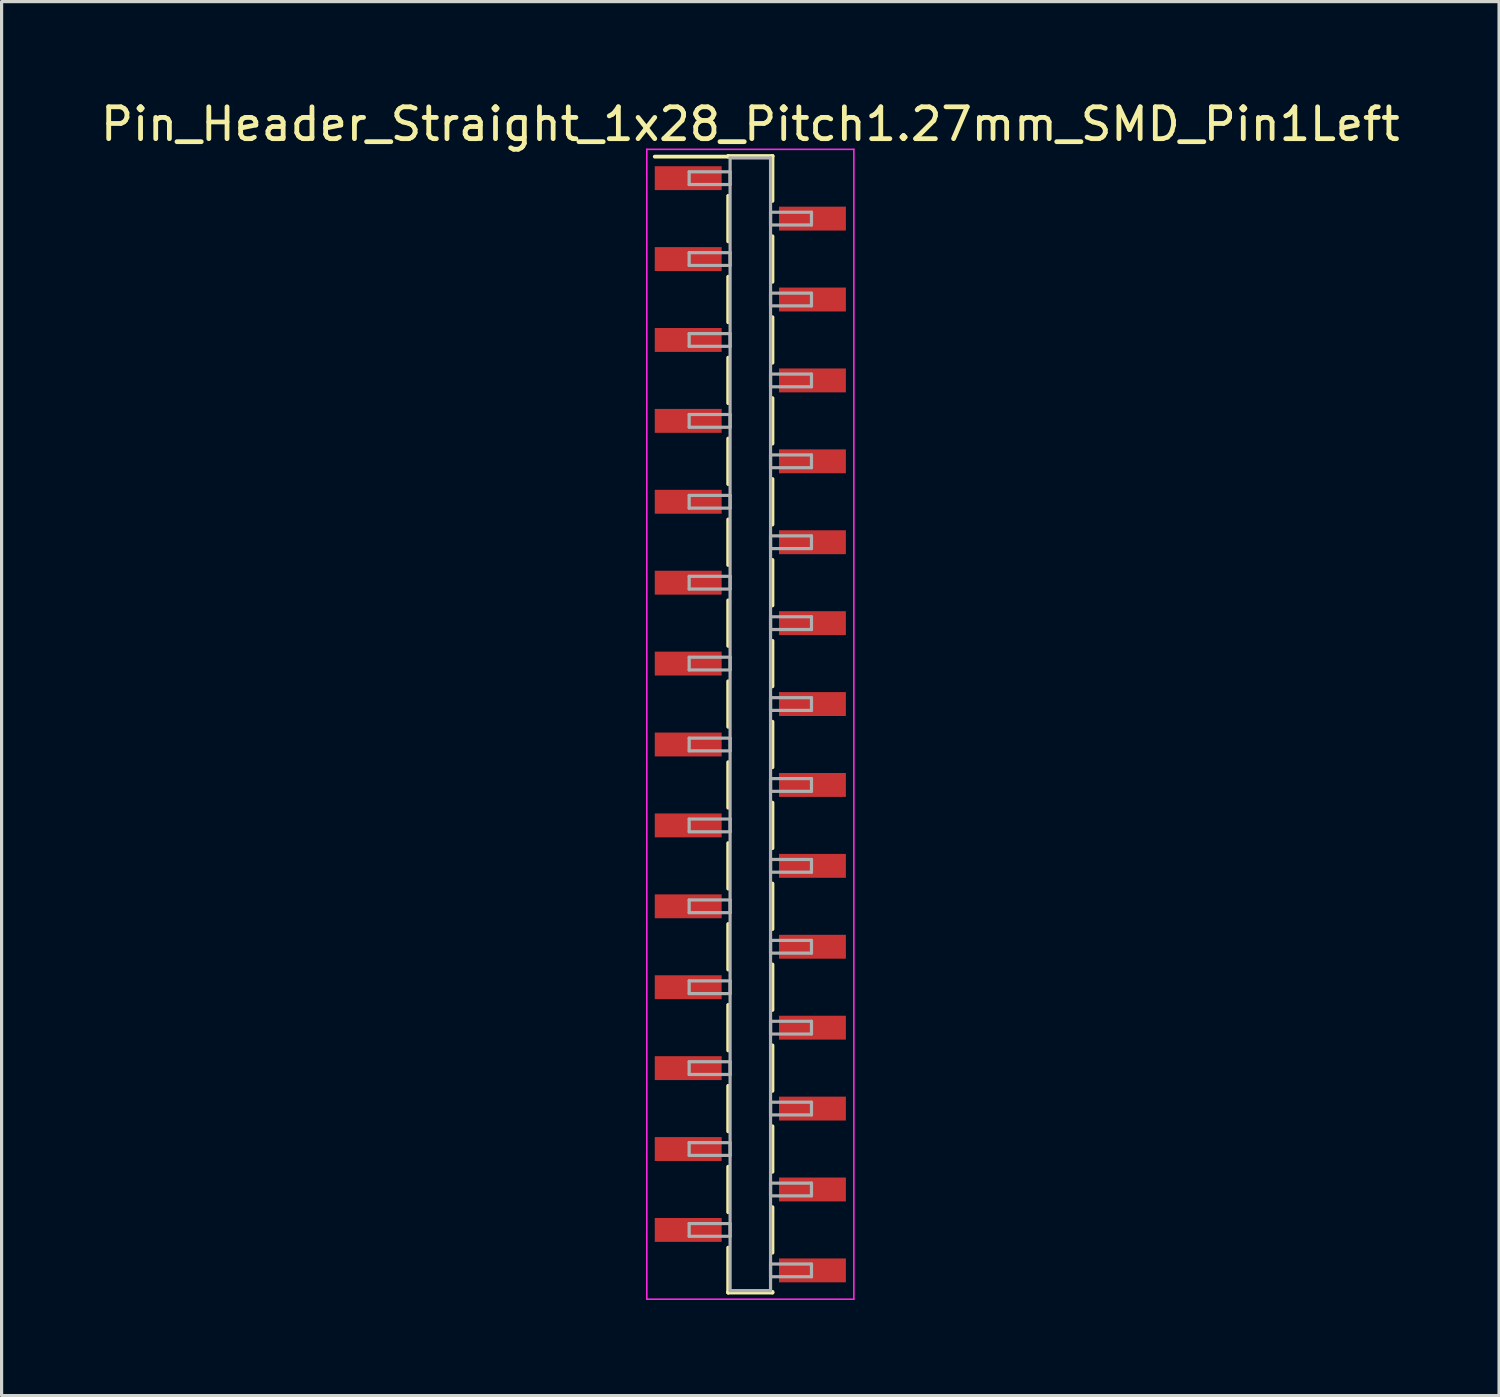
<source format=kicad_pcb>
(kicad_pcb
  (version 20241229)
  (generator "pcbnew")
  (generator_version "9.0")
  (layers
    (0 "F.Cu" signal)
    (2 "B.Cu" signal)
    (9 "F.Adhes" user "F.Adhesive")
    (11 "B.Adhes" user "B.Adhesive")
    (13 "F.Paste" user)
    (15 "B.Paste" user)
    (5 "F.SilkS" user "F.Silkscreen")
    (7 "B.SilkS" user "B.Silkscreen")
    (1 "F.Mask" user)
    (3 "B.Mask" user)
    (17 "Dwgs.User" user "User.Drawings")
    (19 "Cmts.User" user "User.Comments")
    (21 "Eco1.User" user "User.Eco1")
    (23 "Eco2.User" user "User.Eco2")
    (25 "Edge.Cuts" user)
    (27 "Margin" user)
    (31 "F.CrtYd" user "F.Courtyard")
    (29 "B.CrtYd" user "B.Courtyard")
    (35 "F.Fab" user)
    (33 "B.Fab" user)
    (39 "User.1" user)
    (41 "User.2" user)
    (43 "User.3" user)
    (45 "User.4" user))
  (footprint "Pin_Header_Straight_1x28_Pitch1.27mm_SMD_Pin1Left"
    (layer "F.Cu")
    (at 20.506 19.688)
    (property "Reference" "Pin_Header_Straight_1x28_Pitch1.27mm_SMD_Pin1Left" (at 0 -18.84 0) (layer "F.SilkS") (effects (font (size 1 1) (thickness 0.15))))
    (attr smd)
    (fp_line (start -0.695 -17.84) (end 0.695 -17.84) (stroke (width 0.12) (type solid)) (layer "F.SilkS"))
    (fp_line (start -0.695 -17.82) (end -3 -17.82) (stroke (width 0.12) (type solid)) (layer "F.SilkS"))
    (fp_line (start -0.695 -17.82) (end -0.695 -17.84) (stroke (width 0.12) (type solid)) (layer "F.SilkS"))
    (fp_line (start -0.695 -16.59) (end -0.695 -15.16) (stroke (width 0.12) (type solid)) (layer "F.SilkS"))
    (fp_line (start -0.695 -14.05) (end -0.695 -12.62) (stroke (width 0.12) (type solid)) (layer "F.SilkS"))
    (fp_line (start -0.695 -11.51) (end -0.695 -10.08) (stroke (width 0.12) (type solid)) (layer "F.SilkS"))
    (fp_line (start -0.695 -8.97) (end -0.695 -7.54) (stroke (width 0.12) (type solid)) (layer "F.SilkS"))
    (fp_line (start -0.695 -6.43) (end -0.695 -5) (stroke (width 0.12) (type solid)) (layer "F.SilkS"))
    (fp_line (start -0.695 -3.89) (end -0.695 -2.46) (stroke (width 0.12) (type solid)) (layer "F.SilkS"))
    (fp_line (start -0.695 -1.35) (end -0.695 0.08) (stroke (width 0.12) (type solid)) (layer "F.SilkS"))
    (fp_line (start -0.695 1.19) (end -0.695 2.62) (stroke (width 0.12) (type solid)) (layer "F.SilkS"))
    (fp_line (start -0.695 3.73) (end -0.695 5.16) (stroke (width 0.12) (type solid)) (layer "F.SilkS"))
    (fp_line (start -0.695 6.27) (end -0.695 7.7) (stroke (width 0.12) (type solid)) (layer "F.SilkS"))
    (fp_line (start -0.695 8.81) (end -0.695 10.24) (stroke (width 0.12) (type solid)) (layer "F.SilkS"))
    (fp_line (start -0.695 11.35) (end -0.695 12.78) (stroke (width 0.12) (type solid)) (layer "F.SilkS"))
    (fp_line (start -0.695 13.89) (end -0.695 15.32) (stroke (width 0.12) (type solid)) (layer "F.SilkS"))
    (fp_line (start -0.695 16.43) (end -0.695 17.84) (stroke (width 0.12) (type solid)) (layer "F.SilkS"))
    (fp_line (start -0.695 17.82) (end -0.695 17.84) (stroke (width 0.12) (type solid)) (layer "F.SilkS"))
    (fp_line (start -0.695 17.84) (end 0.695 17.84) (stroke (width 0.12) (type solid)) (layer "F.SilkS"))
    (fp_line (start 0.695 -17.84) (end 0.695 -17.82) (stroke (width 0.12) (type solid)) (layer "F.SilkS"))
    (fp_line (start 0.695 -17.84) (end 0.695 -16.43) (stroke (width 0.12) (type solid)) (layer "F.SilkS"))
    (fp_line (start 0.695 -15.32) (end 0.695 -13.89) (stroke (width 0.12) (type solid)) (layer "F.SilkS"))
    (fp_line (start 0.695 -12.78) (end 0.695 -11.35) (stroke (width 0.12) (type solid)) (layer "F.SilkS"))
    (fp_line (start 0.695 -10.24) (end 0.695 -8.81) (stroke (width 0.12) (type solid)) (layer "F.SilkS"))
    (fp_line (start 0.695 -7.7) (end 0.695 -6.27) (stroke (width 0.12) (type solid)) (layer "F.SilkS"))
    (fp_line (start 0.695 -5.16) (end 0.695 -3.73) (stroke (width 0.12) (type solid)) (layer "F.SilkS"))
    (fp_line (start 0.695 -2.62) (end 0.695 -1.19) (stroke (width 0.12) (type solid)) (layer "F.SilkS"))
    (fp_line (start 0.695 -0.08) (end 0.695 1.35) (stroke (width 0.12) (type solid)) (layer "F.SilkS"))
    (fp_line (start 0.695 2.46) (end 0.695 3.89) (stroke (width 0.12) (type solid)) (layer "F.SilkS"))
    (fp_line (start 0.695 5) (end 0.695 6.43) (stroke (width 0.12) (type solid)) (layer "F.SilkS"))
    (fp_line (start 0.695 7.54) (end 0.695 8.97) (stroke (width 0.12) (type solid)) (layer "F.SilkS"))
    (fp_line (start 0.695 10.08) (end 0.695 11.51) (stroke (width 0.12) (type solid)) (layer "F.SilkS"))
    (fp_line (start 0.695 12.62) (end 0.695 14.05) (stroke (width 0.12) (type solid)) (layer "F.SilkS"))
    (fp_line (start 0.695 15.16) (end 0.695 16.59) (stroke (width 0.12) (type solid)) (layer "F.SilkS"))
    (fp_line (start 0.695 17.84) (end 0.695 17.82) (stroke (width 0.12) (type solid)) (layer "F.SilkS"))
    (fp_line (start -3.25 -18.05) (end -3.25 18.05) (stroke (width 0.05) (type solid)) (layer "F.CrtYd"))
    (fp_line (start -3.25 18.05) (end 3.25 18.05) (stroke (width 0.05) (type solid)) (layer "F.CrtYd"))
    (fp_line (start 3.25 -18.05) (end -3.25 -18.05) (stroke (width 0.05) (type solid)) (layer "F.CrtYd"))
    (fp_line (start 3.25 18.05) (end 3.25 -18.05) (stroke (width 0.05) (type solid)) (layer "F.CrtYd"))
    (fp_line (start -1.92 -17.345) (end -0.635 -17.345) (stroke (width 0.1) (type solid)) (layer "F.Fab"))
    (fp_line (start -1.92 -16.945) (end -1.92 -17.345) (stroke (width 0.1) (type solid)) (layer "F.Fab"))
    (fp_line (start -1.92 -14.805) (end -0.635 -14.805) (stroke (width 0.1) (type solid)) (layer "F.Fab"))
    (fp_line (start -1.92 -14.405) (end -1.92 -14.805) (stroke (width 0.1) (type solid)) (layer "F.Fab"))
    (fp_line (start -1.92 -12.265) (end -0.635 -12.265) (stroke (width 0.1) (type solid)) (layer "F.Fab"))
    (fp_line (start -1.92 -11.865) (end -1.92 -12.265) (stroke (width 0.1) (type solid)) (layer "F.Fab"))
    (fp_line (start -1.92 -9.725) (end -0.635 -9.725) (stroke (width 0.1) (type solid)) (layer "F.Fab"))
    (fp_line (start -1.92 -9.325) (end -1.92 -9.725) (stroke (width 0.1) (type solid)) (layer "F.Fab"))
    (fp_line (start -1.92 -7.185) (end -0.635 -7.185) (stroke (width 0.1) (type solid)) (layer "F.Fab"))
    (fp_line (start -1.92 -6.785) (end -1.92 -7.185) (stroke (width 0.1) (type solid)) (layer "F.Fab"))
    (fp_line (start -1.92 -4.645) (end -0.635 -4.645) (stroke (width 0.1) (type solid)) (layer "F.Fab"))
    (fp_line (start -1.92 -4.245) (end -1.92 -4.645) (stroke (width 0.1) (type solid)) (layer "F.Fab"))
    (fp_line (start -1.92 -2.105) (end -0.635 -2.105) (stroke (width 0.1) (type solid)) (layer "F.Fab"))
    (fp_line (start -1.92 -1.705) (end -1.92 -2.105) (stroke (width 0.1) (type solid)) (layer "F.Fab"))
    (fp_line (start -1.92 0.435) (end -0.635 0.435) (stroke (width 0.1) (type solid)) (layer "F.Fab"))
    (fp_line (start -1.92 0.835) (end -1.92 0.435) (stroke (width 0.1) (type solid)) (layer "F.Fab"))
    (fp_line (start -1.92 2.975) (end -0.635 2.975) (stroke (width 0.1) (type solid)) (layer "F.Fab"))
    (fp_line (start -1.92 3.375) (end -1.92 2.975) (stroke (width 0.1) (type solid)) (layer "F.Fab"))
    (fp_line (start -1.92 5.515) (end -0.635 5.515) (stroke (width 0.1) (type solid)) (layer "F.Fab"))
    (fp_line (start -1.92 5.915) (end -1.92 5.515) (stroke (width 0.1) (type solid)) (layer "F.Fab"))
    (fp_line (start -1.92 8.055) (end -0.635 8.055) (stroke (width 0.1) (type solid)) (layer "F.Fab"))
    (fp_line (start -1.92 8.455) (end -1.92 8.055) (stroke (width 0.1) (type solid)) (layer "F.Fab"))
    (fp_line (start -1.92 10.595) (end -0.635 10.595) (stroke (width 0.1) (type solid)) (layer "F.Fab"))
    (fp_line (start -1.92 10.995) (end -1.92 10.595) (stroke (width 0.1) (type solid)) (layer "F.Fab"))
    (fp_line (start -1.92 13.135) (end -0.635 13.135) (stroke (width 0.1) (type solid)) (layer "F.Fab"))
    (fp_line (start -1.92 13.535) (end -1.92 13.135) (stroke (width 0.1) (type solid)) (layer "F.Fab"))
    (fp_line (start -1.92 15.675) (end -0.635 15.675) (stroke (width 0.1) (type solid)) (layer "F.Fab"))
    (fp_line (start -1.92 16.075) (end -1.92 15.675) (stroke (width 0.1) (type solid)) (layer "F.Fab"))
    (fp_line (start -0.635 -17.78) (end -0.635 17.78) (stroke (width 0.1) (type solid)) (layer "F.Fab"))
    (fp_line (start -0.635 -17.345) (end -0.635 -16.945) (stroke (width 0.1) (type solid)) (layer "F.Fab"))
    (fp_line (start -0.635 -16.945) (end -1.92 -16.945) (stroke (width 0.1) (type solid)) (layer "F.Fab"))
    (fp_line (start -0.635 -14.805) (end -0.635 -14.405) (stroke (width 0.1) (type solid)) (layer "F.Fab"))
    (fp_line (start -0.635 -14.405) (end -1.92 -14.405) (stroke (width 0.1) (type solid)) (layer "F.Fab"))
    (fp_line (start -0.635 -12.265) (end -0.635 -11.865) (stroke (width 0.1) (type solid)) (layer "F.Fab"))
    (fp_line (start -0.635 -11.865) (end -1.92 -11.865) (stroke (width 0.1) (type solid)) (layer "F.Fab"))
    (fp_line (start -0.635 -9.725) (end -0.635 -9.325) (stroke (width 0.1) (type solid)) (layer "F.Fab"))
    (fp_line (start -0.635 -9.325) (end -1.92 -9.325) (stroke (width 0.1) (type solid)) (layer "F.Fab"))
    (fp_line (start -0.635 -7.185) (end -0.635 -6.785) (stroke (width 0.1) (type solid)) (layer "F.Fab"))
    (fp_line (start -0.635 -6.785) (end -1.92 -6.785) (stroke (width 0.1) (type solid)) (layer "F.Fab"))
    (fp_line (start -0.635 -4.645) (end -0.635 -4.245) (stroke (width 0.1) (type solid)) (layer "F.Fab"))
    (fp_line (start -0.635 -4.245) (end -1.92 -4.245) (stroke (width 0.1) (type solid)) (layer "F.Fab"))
    (fp_line (start -0.635 -2.105) (end -0.635 -1.705) (stroke (width 0.1) (type solid)) (layer "F.Fab"))
    (fp_line (start -0.635 -1.705) (end -1.92 -1.705) (stroke (width 0.1) (type solid)) (layer "F.Fab"))
    (fp_line (start -0.635 0.435) (end -0.635 0.835) (stroke (width 0.1) (type solid)) (layer "F.Fab"))
    (fp_line (start -0.635 0.835) (end -1.92 0.835) (stroke (width 0.1) (type solid)) (layer "F.Fab"))
    (fp_line (start -0.635 2.975) (end -0.635 3.375) (stroke (width 0.1) (type solid)) (layer "F.Fab"))
    (fp_line (start -0.635 3.375) (end -1.92 3.375) (stroke (width 0.1) (type solid)) (layer "F.Fab"))
    (fp_line (start -0.635 5.515) (end -0.635 5.915) (stroke (width 0.1) (type solid)) (layer "F.Fab"))
    (fp_line (start -0.635 5.915) (end -1.92 5.915) (stroke (width 0.1) (type solid)) (layer "F.Fab"))
    (fp_line (start -0.635 8.055) (end -0.635 8.455) (stroke (width 0.1) (type solid)) (layer "F.Fab"))
    (fp_line (start -0.635 8.455) (end -1.92 8.455) (stroke (width 0.1) (type solid)) (layer "F.Fab"))
    (fp_line (start -0.635 10.595) (end -0.635 10.995) (stroke (width 0.1) (type solid)) (layer "F.Fab"))
    (fp_line (start -0.635 10.995) (end -1.92 10.995) (stroke (width 0.1) (type solid)) (layer "F.Fab"))
    (fp_line (start -0.635 13.135) (end -0.635 13.535) (stroke (width 0.1) (type solid)) (layer "F.Fab"))
    (fp_line (start -0.635 13.535) (end -1.92 13.535) (stroke (width 0.1) (type solid)) (layer "F.Fab"))
    (fp_line (start -0.635 15.675) (end -0.635 16.075) (stroke (width 0.1) (type solid)) (layer "F.Fab"))
    (fp_line (start -0.635 16.075) (end -1.92 16.075) (stroke (width 0.1) (type solid)) (layer "F.Fab"))
    (fp_line (start -0.635 17.78) (end 0.635 17.78) (stroke (width 0.1) (type solid)) (layer "F.Fab"))
    (fp_line (start 0.635 -17.78) (end -0.635 -17.78) (stroke (width 0.1) (type solid)) (layer "F.Fab"))
    (fp_line (start 0.635 -16.075) (end 0.635 -15.675) (stroke (width 0.1) (type solid)) (layer "F.Fab"))
    (fp_line (start 0.635 -15.675) (end 1.92 -15.675) (stroke (width 0.1) (type solid)) (layer "F.Fab"))
    (fp_line (start 0.635 -13.535) (end 0.635 -13.135) (stroke (width 0.1) (type solid)) (layer "F.Fab"))
    (fp_line (start 0.635 -13.135) (end 1.92 -13.135) (stroke (width 0.1) (type solid)) (layer "F.Fab"))
    (fp_line (start 0.635 -10.995) (end 0.635 -10.595) (stroke (width 0.1) (type solid)) (layer "F.Fab"))
    (fp_line (start 0.635 -10.595) (end 1.92 -10.595) (stroke (width 0.1) (type solid)) (layer "F.Fab"))
    (fp_line (start 0.635 -8.455) (end 0.635 -8.055) (stroke (width 0.1) (type solid)) (layer "F.Fab"))
    (fp_line (start 0.635 -8.055) (end 1.92 -8.055) (stroke (width 0.1) (type solid)) (layer "F.Fab"))
    (fp_line (start 0.635 -5.915) (end 0.635 -5.515) (stroke (width 0.1) (type solid)) (layer "F.Fab"))
    (fp_line (start 0.635 -5.515) (end 1.92 -5.515) (stroke (width 0.1) (type solid)) (layer "F.Fab"))
    (fp_line (start 0.635 -3.375) (end 0.635 -2.975) (stroke (width 0.1) (type solid)) (layer "F.Fab"))
    (fp_line (start 0.635 -2.975) (end 1.92 -2.975) (stroke (width 0.1) (type solid)) (layer "F.Fab"))
    (fp_line (start 0.635 -0.835) (end 0.635 -0.435) (stroke (width 0.1) (type solid)) (layer "F.Fab"))
    (fp_line (start 0.635 -0.435) (end 1.92 -0.435) (stroke (width 0.1) (type solid)) (layer "F.Fab"))
    (fp_line (start 0.635 1.705) (end 0.635 2.105) (stroke (width 0.1) (type solid)) (layer "F.Fab"))
    (fp_line (start 0.635 2.105) (end 1.92 2.105) (stroke (width 0.1) (type solid)) (layer "F.Fab"))
    (fp_line (start 0.635 4.245) (end 0.635 4.645) (stroke (width 0.1) (type solid)) (layer "F.Fab"))
    (fp_line (start 0.635 4.645) (end 1.92 4.645) (stroke (width 0.1) (type solid)) (layer "F.Fab"))
    (fp_line (start 0.635 6.785) (end 0.635 7.185) (stroke (width 0.1) (type solid)) (layer "F.Fab"))
    (fp_line (start 0.635 7.185) (end 1.92 7.185) (stroke (width 0.1) (type solid)) (layer "F.Fab"))
    (fp_line (start 0.635 9.325) (end 0.635 9.725) (stroke (width 0.1) (type solid)) (layer "F.Fab"))
    (fp_line (start 0.635 9.725) (end 1.92 9.725) (stroke (width 0.1) (type solid)) (layer "F.Fab"))
    (fp_line (start 0.635 11.865) (end 0.635 12.265) (stroke (width 0.1) (type solid)) (layer "F.Fab"))
    (fp_line (start 0.635 12.265) (end 1.92 12.265) (stroke (width 0.1) (type solid)) (layer "F.Fab"))
    (fp_line (start 0.635 14.405) (end 0.635 14.805) (stroke (width 0.1) (type solid)) (layer "F.Fab"))
    (fp_line (start 0.635 14.805) (end 1.92 14.805) (stroke (width 0.1) (type solid)) (layer "F.Fab"))
    (fp_line (start 0.635 16.945) (end 0.635 17.345) (stroke (width 0.1) (type solid)) (layer "F.Fab"))
    (fp_line (start 0.635 17.345) (end 1.92 17.345) (stroke (width 0.1) (type solid)) (layer "F.Fab"))
    (fp_line (start 0.635 17.78) (end 0.635 -17.78) (stroke (width 0.1) (type solid)) (layer "F.Fab"))
    (fp_line (start 1.92 -16.075) (end 0.635 -16.075) (stroke (width 0.1) (type solid)) (layer "F.Fab"))
    (fp_line (start 1.92 -15.675) (end 1.92 -16.075) (stroke (width 0.1) (type solid)) (layer "F.Fab"))
    (fp_line (start 1.92 -13.535) (end 0.635 -13.535) (stroke (width 0.1) (type solid)) (layer "F.Fab"))
    (fp_line (start 1.92 -13.135) (end 1.92 -13.535) (stroke (width 0.1) (type solid)) (layer "F.Fab"))
    (fp_line (start 1.92 -10.995) (end 0.635 -10.995) (stroke (width 0.1) (type solid)) (layer "F.Fab"))
    (fp_line (start 1.92 -10.595) (end 1.92 -10.995) (stroke (width 0.1) (type solid)) (layer "F.Fab"))
    (fp_line (start 1.92 -8.455) (end 0.635 -8.455) (stroke (width 0.1) (type solid)) (layer "F.Fab"))
    (fp_line (start 1.92 -8.055) (end 1.92 -8.455) (stroke (width 0.1) (type solid)) (layer "F.Fab"))
    (fp_line (start 1.92 -5.915) (end 0.635 -5.915) (stroke (width 0.1) (type solid)) (layer "F.Fab"))
    (fp_line (start 1.92 -5.515) (end 1.92 -5.915) (stroke (width 0.1) (type solid)) (layer "F.Fab"))
    (fp_line (start 1.92 -3.375) (end 0.635 -3.375) (stroke (width 0.1) (type solid)) (layer "F.Fab"))
    (fp_line (start 1.92 -2.975) (end 1.92 -3.375) (stroke (width 0.1) (type solid)) (layer "F.Fab"))
    (fp_line (start 1.92 -0.835) (end 0.635 -0.835) (stroke (width 0.1) (type solid)) (layer "F.Fab"))
    (fp_line (start 1.92 -0.435) (end 1.92 -0.835) (stroke (width 0.1) (type solid)) (layer "F.Fab"))
    (fp_line (start 1.92 1.705) (end 0.635 1.705) (stroke (width 0.1) (type solid)) (layer "F.Fab"))
    (fp_line (start 1.92 2.105) (end 1.92 1.705) (stroke (width 0.1) (type solid)) (layer "F.Fab"))
    (fp_line (start 1.92 4.245) (end 0.635 4.245) (stroke (width 0.1) (type solid)) (layer "F.Fab"))
    (fp_line (start 1.92 4.645) (end 1.92 4.245) (stroke (width 0.1) (type solid)) (layer "F.Fab"))
    (fp_line (start 1.92 6.785) (end 0.635 6.785) (stroke (width 0.1) (type solid)) (layer "F.Fab"))
    (fp_line (start 1.92 7.185) (end 1.92 6.785) (stroke (width 0.1) (type solid)) (layer "F.Fab"))
    (fp_line (start 1.92 9.325) (end 0.635 9.325) (stroke (width 0.1) (type solid)) (layer "F.Fab"))
    (fp_line (start 1.92 9.725) (end 1.92 9.325) (stroke (width 0.1) (type solid)) (layer "F.Fab"))
    (fp_line (start 1.92 11.865) (end 0.635 11.865) (stroke (width 0.1) (type solid)) (layer "F.Fab"))
    (fp_line (start 1.92 12.265) (end 1.92 11.865) (stroke (width 0.1) (type solid)) (layer "F.Fab"))
    (fp_line (start 1.92 14.405) (end 0.635 14.405) (stroke (width 0.1) (type solid)) (layer "F.Fab"))
    (fp_line (start 1.92 14.805) (end 1.92 14.405) (stroke (width 0.1) (type solid)) (layer "F.Fab"))
    (fp_line (start 1.92 16.945) (end 0.635 16.945) (stroke (width 0.1) (type solid)) (layer "F.Fab"))
    (fp_line (start 1.92 17.345) (end 1.92 16.945) (stroke (width 0.1) (type solid)) (layer "F.Fab"))
    (pad "1" smd rect (at -1.95 -17.145) (size 2.1 0.75) (layers "F.Cu" "F.Mask"))
    (pad "2" smd rect (at 1.95 -15.875) (size 2.1 0.75) (layers "F.Cu" "F.Mask"))
    (pad "3" smd rect (at -1.95 -14.605) (size 2.1 0.75) (layers "F.Cu" "F.Mask"))
    (pad "4" smd rect (at 1.95 -13.335) (size 2.1 0.75) (layers "F.Cu" "F.Mask"))
    (pad "5" smd rect (at -1.95 -12.065) (size 2.1 0.75) (layers "F.Cu" "F.Mask"))
    (pad "6" smd rect (at 1.95 -10.795) (size 2.1 0.75) (layers "F.Cu" "F.Mask"))
    (pad "7" smd rect (at -1.95 -9.525) (size 2.1 0.75) (layers "F.Cu" "F.Mask"))
    (pad "8" smd rect (at 1.95 -8.255) (size 2.1 0.75) (layers "F.Cu" "F.Mask"))
    (pad "9" smd rect (at -1.95 -6.985) (size 2.1 0.75) (layers "F.Cu" "F.Mask"))
    (pad "10" smd rect (at 1.95 -5.715) (size 2.1 0.75) (layers "F.Cu" "F.Mask"))
    (pad "11" smd rect (at -1.95 -4.445) (size 2.1 0.75) (layers "F.Cu" "F.Mask"))
    (pad "12" smd rect (at 1.95 -3.175) (size 2.1 0.75) (layers "F.Cu" "F.Mask"))
    (pad "13" smd rect (at -1.95 -1.905) (size 2.1 0.75) (layers "F.Cu" "F.Mask"))
    (pad "14" smd rect (at 1.95 -0.635) (size 2.1 0.75) (layers "F.Cu" "F.Mask"))
    (pad "15" smd rect (at -1.95 0.635) (size 2.1 0.75) (layers "F.Cu" "F.Mask"))
    (pad "16" smd rect (at 1.95 1.905) (size 2.1 0.75) (layers "F.Cu" "F.Mask"))
    (pad "17" smd rect (at -1.95 3.175) (size 2.1 0.75) (layers "F.Cu" "F.Mask"))
    (pad "18" smd rect (at 1.95 4.445) (size 2.1 0.75) (layers "F.Cu" "F.Mask"))
    (pad "19" smd rect (at -1.95 5.715) (size 2.1 0.75) (layers "F.Cu" "F.Mask"))
    (pad "20" smd rect (at 1.95 6.985) (size 2.1 0.75) (layers "F.Cu" "F.Mask"))
    (pad "21" smd rect (at -1.95 8.255) (size 2.1 0.75) (layers "F.Cu" "F.Mask"))
    (pad "22" smd rect (at 1.95 9.525) (size 2.1 0.75) (layers "F.Cu" "F.Mask"))
    (pad "23" smd rect (at -1.95 10.795) (size 2.1 0.75) (layers "F.Cu" "F.Mask"))
    (pad "24" smd rect (at 1.95 12.065) (size 2.1 0.75) (layers "F.Cu" "F.Mask"))
    (pad "25" smd rect (at -1.95 13.335) (size 2.1 0.75) (layers "F.Cu" "F.Mask"))
    (pad "26" smd rect (at 1.95 14.605) (size 2.1 0.75) (layers "F.Cu" "F.Mask"))
    (pad "27" smd rect (at -1.95 15.875) (size 2.1 0.75) (layers "F.Cu" "F.Mask"))
    (pad "28" smd rect (at 1.95 17.145) (size 2.1 0.75) (layers "F.Cu" "F.Mask")))
  (gr_rect
    (start -3 -3)
    (end 44.012 40.763)
    (stroke (width 0.1) (type default))
    (fill no)
    (layer "Edge.Cuts")))
</source>
